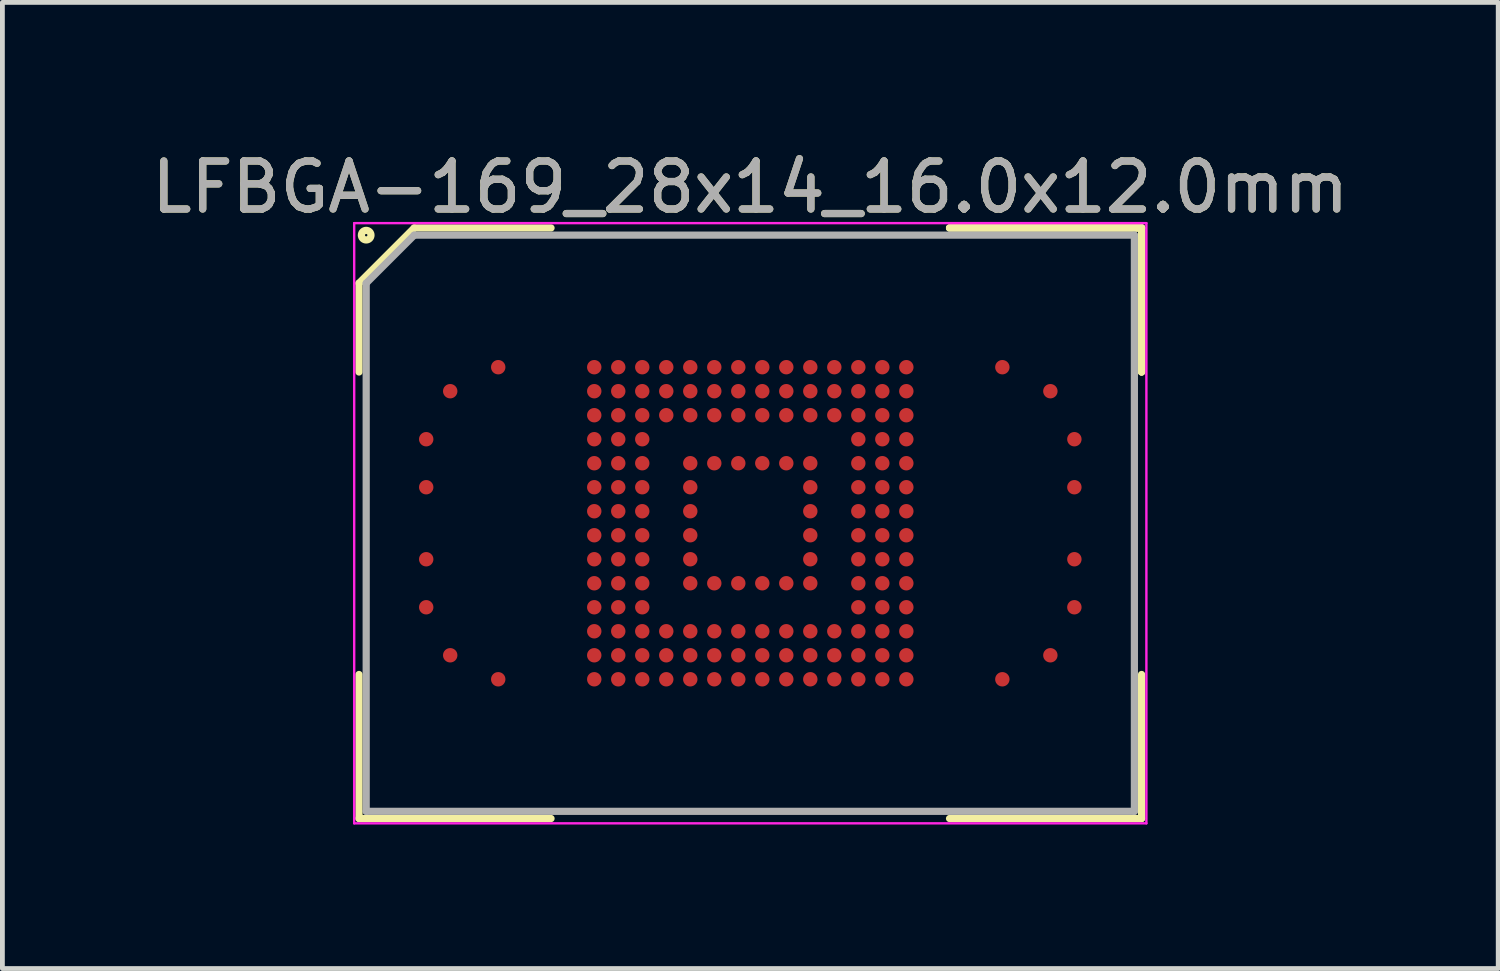
<source format=kicad_pcb>
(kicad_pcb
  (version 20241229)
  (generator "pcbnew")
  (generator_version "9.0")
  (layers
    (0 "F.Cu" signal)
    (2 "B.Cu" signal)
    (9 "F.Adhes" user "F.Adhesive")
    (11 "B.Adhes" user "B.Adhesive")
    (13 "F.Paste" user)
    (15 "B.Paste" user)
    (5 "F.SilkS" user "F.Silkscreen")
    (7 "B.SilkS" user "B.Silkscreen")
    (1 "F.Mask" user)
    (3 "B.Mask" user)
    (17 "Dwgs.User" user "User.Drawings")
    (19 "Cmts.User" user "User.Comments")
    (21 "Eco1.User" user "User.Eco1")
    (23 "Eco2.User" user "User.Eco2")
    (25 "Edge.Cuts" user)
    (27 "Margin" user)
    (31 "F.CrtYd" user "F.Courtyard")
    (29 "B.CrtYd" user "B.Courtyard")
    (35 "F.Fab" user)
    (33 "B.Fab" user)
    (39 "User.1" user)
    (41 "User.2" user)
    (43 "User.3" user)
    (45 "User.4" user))
  (footprint "LFBGA-169_28x14_16.0x12.0mm"
    (layer "F.Cu")
    (at 12.577 7.848)
    (property "Reference" "LFBGA-169_28x14_16.0x12.0mm" (at 0 -7 0) (layer "F.SilkS") (effects (font (size 1 1) (thickness 0.15))))
    (attr smd)
    (fp_line (start -8.15 -5) (end -8.15 -3.15) (stroke (width 0.15) (type solid)) (layer "F.SilkS"))
    (fp_line (start -8.15 6.15) (end -8.15 3.15) (stroke (width 0.15) (type solid)) (layer "F.SilkS"))
    (fp_line (start -7 -6.15) (end -8.15 -5) (stroke (width 0.15) (type solid)) (layer "F.SilkS"))
    (fp_line (start -4.15 -6.15) (end -7 -6.15) (stroke (width 0.15) (type solid)) (layer "F.SilkS"))
    (fp_line (start -4.15 6.15) (end -8.15 6.15) (stroke (width 0.15) (type solid)) (layer "F.SilkS"))
    (fp_line (start 4.15 -6.15) (end 8.15 -6.15) (stroke (width 0.15) (type solid)) (layer "F.SilkS"))
    (fp_line (start 4.15 -6.15) (end 8.15 -6.15) (stroke (width 0.15) (type solid)) (layer "F.SilkS"))
    (fp_line (start 4.15 -6.15) (end 8.15 -6.15) (stroke (width 0.15) (type solid)) (layer "F.SilkS"))
    (fp_line (start 4.15 6.15) (end 8.15 6.15) (stroke (width 0.15) (type solid)) (layer "F.SilkS"))
    (fp_line (start 8.15 -6.15) (end 8.15 -3.15) (stroke (width 0.15) (type solid)) (layer "F.SilkS"))
    (fp_line (start 8.15 -6.15) (end 8.15 -3.15) (stroke (width 0.15) (type solid)) (layer "F.SilkS"))
    (fp_line (start 8.15 -6.15) (end 8.15 -3.15) (stroke (width 0.15) (type solid)) (layer "F.SilkS"))
    (fp_line (start 8.15 6.15) (end 8.15 3.15) (stroke (width 0.15) (type solid)) (layer "F.SilkS"))
    (fp_circle (center -8 -6) (end -8 -5.9) (stroke (width 0.15) (type solid)) (fill no) (layer "F.SilkS"))
    (fp_line (start -8.25 -6.25) (end 8.25 -6.25) (stroke (width 0.05) (type solid)) (layer "F.CrtYd"))
    (fp_line (start -8.25 6.25) (end -8.25 -6.25) (stroke (width 0.05) (type solid)) (layer "F.CrtYd"))
    (fp_line (start 8.25 -6.25) (end 8.25 6.25) (stroke (width 0.05) (type solid)) (layer "F.CrtYd"))
    (fp_line (start 8.25 6.25) (end -8.25 6.25) (stroke (width 0.05) (type solid)) (layer "F.CrtYd"))
    (fp_line (start -8 -5) (end -8 6) (stroke (width 0.15) (type solid)) (layer "F.Fab"))
    (fp_line (start -8 6) (end 8 6) (stroke (width 0.15) (type solid)) (layer "F.Fab"))
    (fp_line (start -7 -6) (end -8 -5) (stroke (width 0.15) (type solid)) (layer "F.Fab"))
    (fp_line (start 8 -6) (end -7 -6) (stroke (width 0.15) (type solid)) (layer "F.Fab"))
    (fp_line (start 8 6) (end 8 -6) (stroke (width 0.15) (type solid)) (layer "F.Fab"))
    (fp_text user "${REFERENCE}" (at 0 -7 0) (layer "F.Fab") (effects (font (size 1 1) (thickness 0.15))))
    (pad "A4" smd circle (at -5.25 -3.25) (size 0.3 0.3) (layers "F.Cu" "F.Mask" "F.Paste"))
    (pad "A8" smd circle (at -3.25 -3.25) (size 0.3 0.3) (layers "F.Cu" "F.Mask" "F.Paste"))
    (pad "A9" smd circle (at -2.75 -3.25) (size 0.3 0.3) (layers "F.Cu" "F.Mask" "F.Paste"))
    (pad "A10" smd circle (at -2.25 -3.25) (size 0.3 0.3) (layers "F.Cu" "F.Mask" "F.Paste"))
    (pad "A11" smd circle (at -1.75 -3.25) (size 0.3 0.3) (layers "F.Cu" "F.Mask" "F.Paste"))
    (pad "A12" smd circle (at -1.25 -3.25) (size 0.3 0.3) (layers "F.Cu" "F.Mask" "F.Paste"))
    (pad "A13" smd circle (at -0.75 -3.25) (size 0.3 0.3) (layers "F.Cu" "F.Mask" "F.Paste"))
    (pad "A14" smd circle (at -0.25 -3.25) (size 0.3 0.3) (layers "F.Cu" "F.Mask" "F.Paste"))
    (pad "A15" smd circle (at 0.25 -3.25) (size 0.3 0.3) (layers "F.Cu" "F.Mask" "F.Paste"))
    (pad "A16" smd circle (at 0.75 -3.25) (size 0.3 0.3) (layers "F.Cu" "F.Mask" "F.Paste"))
    (pad "A17" smd circle (at 1.25 -3.25) (size 0.3 0.3) (layers "F.Cu" "F.Mask" "F.Paste"))
    (pad "A18" smd circle (at 1.75 -3.25) (size 0.3 0.3) (layers "F.Cu" "F.Mask" "F.Paste"))
    (pad "A19" smd circle (at 2.25 -3.25) (size 0.3 0.3) (layers "F.Cu" "F.Mask" "F.Paste"))
    (pad "A20" smd circle (at 2.75 -3.25) (size 0.3 0.3) (layers "F.Cu" "F.Mask" "F.Paste"))
    (pad "A21" smd circle (at 3.25 -3.25) (size 0.3 0.3) (layers "F.Cu" "F.Mask" "F.Paste"))
    (pad "A25" smd circle (at 5.25 -3.25) (size 0.3 0.3) (layers "F.Cu" "F.Mask" "F.Paste"))
    (pad "B2" smd circle (at -6.25 -2.75) (size 0.3 0.3) (layers "F.Cu" "F.Mask" "F.Paste"))
    (pad "B8" smd circle (at -3.25 -2.75) (size 0.3 0.3) (layers "F.Cu" "F.Mask" "F.Paste"))
    (pad "B9" smd circle (at -2.75 -2.75) (size 0.3 0.3) (layers "F.Cu" "F.Mask" "F.Paste"))
    (pad "B10" smd circle (at -2.25 -2.75) (size 0.3 0.3) (layers "F.Cu" "F.Mask" "F.Paste"))
    (pad "B11" smd circle (at -1.75 -2.75) (size 0.3 0.3) (layers "F.Cu" "F.Mask" "F.Paste"))
    (pad "B12" smd circle (at -1.25 -2.75) (size 0.3 0.3) (layers "F.Cu" "F.Mask" "F.Paste"))
    (pad "B13" smd circle (at -0.75 -2.75) (size 0.3 0.3) (layers "F.Cu" "F.Mask" "F.Paste"))
    (pad "B14" smd circle (at -0.25 -2.75) (size 0.3 0.3) (layers "F.Cu" "F.Mask" "F.Paste"))
    (pad "B15" smd circle (at 0.25 -2.75) (size 0.3 0.3) (layers "F.Cu" "F.Mask" "F.Paste"))
    (pad "B16" smd circle (at 0.75 -2.75) (size 0.3 0.3) (layers "F.Cu" "F.Mask" "F.Paste"))
    (pad "B17" smd circle (at 1.25 -2.75) (size 0.3 0.3) (layers "F.Cu" "F.Mask" "F.Paste"))
    (pad "B18" smd circle (at 1.75 -2.75) (size 0.3 0.3) (layers "F.Cu" "F.Mask" "F.Paste"))
    (pad "B19" smd circle (at 2.25 -2.75) (size 0.3 0.3) (layers "F.Cu" "F.Mask" "F.Paste"))
    (pad "B20" smd circle (at 2.75 -2.75) (size 0.3 0.3) (layers "F.Cu" "F.Mask" "F.Paste"))
    (pad "B21" smd circle (at 3.25 -2.75) (size 0.3 0.3) (layers "F.Cu" "F.Mask" "F.Paste"))
    (pad "B27" smd circle (at 6.25 -2.75) (size 0.3 0.3) (layers "F.Cu" "F.Mask" "F.Paste"))
    (pad "C8" smd circle (at -3.25 -2.25) (size 0.3 0.3) (layers "F.Cu" "F.Mask" "F.Paste"))
    (pad "C9" smd circle (at -2.75 -2.25) (size 0.3 0.3) (layers "F.Cu" "F.Mask" "F.Paste"))
    (pad "C10" smd circle (at -2.25 -2.25) (size 0.3 0.3) (layers "F.Cu" "F.Mask" "F.Paste"))
    (pad "C11" smd circle (at -1.75 -2.25) (size 0.3 0.3) (layers "F.Cu" "F.Mask" "F.Paste"))
    (pad "C12" smd circle (at -1.25 -2.25) (size 0.3 0.3) (layers "F.Cu" "F.Mask" "F.Paste"))
    (pad "C13" smd circle (at -0.75 -2.25) (size 0.3 0.3) (layers "F.Cu" "F.Mask" "F.Paste"))
    (pad "C14" smd circle (at -0.25 -2.25) (size 0.3 0.3) (layers "F.Cu" "F.Mask" "F.Paste"))
    (pad "C15" smd circle (at 0.25 -2.25) (size 0.3 0.3) (layers "F.Cu" "F.Mask" "F.Paste"))
    (pad "C16" smd circle (at 0.75 -2.25) (size 0.3 0.3) (layers "F.Cu" "F.Mask" "F.Paste"))
    (pad "C17" smd circle (at 1.25 -2.25) (size 0.3 0.3) (layers "F.Cu" "F.Mask" "F.Paste"))
    (pad "C18" smd circle (at 1.75 -2.25) (size 0.3 0.3) (layers "F.Cu" "F.Mask" "F.Paste"))
    (pad "C19" smd circle (at 2.25 -2.25) (size 0.3 0.3) (layers "F.Cu" "F.Mask" "F.Paste"))
    (pad "C20" smd circle (at 2.75 -2.25) (size 0.3 0.3) (layers "F.Cu" "F.Mask" "F.Paste"))
    (pad "C21" smd circle (at 3.25 -2.25) (size 0.3 0.3) (layers "F.Cu" "F.Mask" "F.Paste"))
    (pad "D1" smd circle (at -6.75 -1.75) (size 0.3 0.3) (layers "F.Cu" "F.Mask" "F.Paste"))
    (pad "D8" smd circle (at -3.25 -1.75) (size 0.3 0.3) (layers "F.Cu" "F.Mask" "F.Paste"))
    (pad "D9" smd circle (at -2.75 -1.75) (size 0.3 0.3) (layers "F.Cu" "F.Mask" "F.Paste"))
    (pad "D10" smd circle (at -2.25 -1.75) (size 0.3 0.3) (layers "F.Cu" "F.Mask" "F.Paste"))
    (pad "D19" smd circle (at 2.25 -1.75) (size 0.3 0.3) (layers "F.Cu" "F.Mask" "F.Paste"))
    (pad "D20" smd circle (at 2.75 -1.75) (size 0.3 0.3) (layers "F.Cu" "F.Mask" "F.Paste"))
    (pad "D21" smd circle (at 3.25 -1.75) (size 0.3 0.3) (layers "F.Cu" "F.Mask" "F.Paste"))
    (pad "D28" smd circle (at 6.75 -1.75) (size 0.3 0.3) (layers "F.Cu" "F.Mask" "F.Paste"))
    (pad "E8" smd circle (at -3.25 -1.25) (size 0.3 0.3) (layers "F.Cu" "F.Mask" "F.Paste"))
    (pad "E9" smd circle (at -2.75 -1.25) (size 0.3 0.3) (layers "F.Cu" "F.Mask" "F.Paste"))
    (pad "E10" smd circle (at -2.25 -1.25) (size 0.3 0.3) (layers "F.Cu" "F.Mask" "F.Paste"))
    (pad "E12" smd circle (at -1.25 -1.25) (size 0.3 0.3) (layers "F.Cu" "F.Mask" "F.Paste"))
    (pad "E13" smd circle (at -0.75 -1.25) (size 0.3 0.3) (layers "F.Cu" "F.Mask" "F.Paste"))
    (pad "E14" smd circle (at -0.25 -1.25) (size 0.3 0.3) (layers "F.Cu" "F.Mask" "F.Paste"))
    (pad "E15" smd circle (at 0.25 -1.25) (size 0.3 0.3) (layers "F.Cu" "F.Mask" "F.Paste"))
    (pad "E16" smd circle (at 0.75 -1.25) (size 0.3 0.3) (layers "F.Cu" "F.Mask" "F.Paste"))
    (pad "E17" smd circle (at 1.25 -1.25) (size 0.3 0.3) (layers "F.Cu" "F.Mask" "F.Paste"))
    (pad "E19" smd circle (at 2.25 -1.25) (size 0.3 0.3) (layers "F.Cu" "F.Mask" "F.Paste"))
    (pad "E20" smd circle (at 2.75 -1.25) (size 0.3 0.3) (layers "F.Cu" "F.Mask" "F.Paste"))
    (pad "E21" smd circle (at 3.25 -1.25) (size 0.3 0.3) (layers "F.Cu" "F.Mask" "F.Paste"))
    (pad "F1" smd circle (at -6.75 -0.75) (size 0.3 0.3) (layers "F.Cu" "F.Mask" "F.Paste"))
    (pad "F8" smd circle (at -3.25 -0.75) (size 0.3 0.3) (layers "F.Cu" "F.Mask" "F.Paste"))
    (pad "F9" smd circle (at -2.75 -0.75) (size 0.3 0.3) (layers "F.Cu" "F.Mask" "F.Paste"))
    (pad "F10" smd circle (at -2.25 -0.75) (size 0.3 0.3) (layers "F.Cu" "F.Mask" "F.Paste"))
    (pad "F12" smd circle (at -1.25 -0.75) (size 0.3 0.3) (layers "F.Cu" "F.Mask" "F.Paste"))
    (pad "F17" smd circle (at 1.25 -0.75) (size 0.3 0.3) (layers "F.Cu" "F.Mask" "F.Paste"))
    (pad "F19" smd circle (at 2.25 -0.75) (size 0.3 0.3) (layers "F.Cu" "F.Mask" "F.Paste"))
    (pad "F20" smd circle (at 2.75 -0.75) (size 0.3 0.3) (layers "F.Cu" "F.Mask" "F.Paste"))
    (pad "F21" smd circle (at 3.25 -0.75) (size 0.3 0.3) (layers "F.Cu" "F.Mask" "F.Paste"))
    (pad "F28" smd circle (at 6.75 -0.75) (size 0.3 0.3) (layers "F.Cu" "F.Mask" "F.Paste"))
    (pad "G8" smd circle (at -3.25 -0.25) (size 0.3 0.3) (layers "F.Cu" "F.Mask" "F.Paste"))
    (pad "G9" smd circle (at -2.75 -0.25) (size 0.3 0.3) (layers "F.Cu" "F.Mask" "F.Paste"))
    (pad "G10" smd circle (at -2.25 -0.25) (size 0.3 0.3) (layers "F.Cu" "F.Mask" "F.Paste"))
    (pad "G12" smd circle (at -1.25 -0.25) (size 0.3 0.3) (layers "F.Cu" "F.Mask" "F.Paste"))
    (pad "G17" smd circle (at 1.25 -0.25) (size 0.3 0.3) (layers "F.Cu" "F.Mask" "F.Paste"))
    (pad "G19" smd circle (at 2.25 -0.25) (size 0.3 0.3) (layers "F.Cu" "F.Mask" "F.Paste"))
    (pad "G20" smd circle (at 2.75 -0.25) (size 0.3 0.3) (layers "F.Cu" "F.Mask" "F.Paste"))
    (pad "G21" smd circle (at 3.25 -0.25) (size 0.3 0.3) (layers "F.Cu" "F.Mask" "F.Paste"))
    (pad "H8" smd circle (at -3.25 0.25) (size 0.3 0.3) (layers "F.Cu" "F.Mask" "F.Paste"))
    (pad "H9" smd circle (at -2.75 0.25) (size 0.3 0.3) (layers "F.Cu" "F.Mask" "F.Paste"))
    (pad "H10" smd circle (at -2.25 0.25) (size 0.3 0.3) (layers "F.Cu" "F.Mask" "F.Paste"))
    (pad "H12" smd circle (at -1.25 0.25) (size 0.3 0.3) (layers "F.Cu" "F.Mask" "F.Paste"))
    (pad "H17" smd circle (at 1.25 0.25) (size 0.3 0.3) (layers "F.Cu" "F.Mask" "F.Paste"))
    (pad "H19" smd circle (at 2.25 0.25) (size 0.3 0.3) (layers "F.Cu" "F.Mask" "F.Paste"))
    (pad "H20" smd circle (at 2.75 0.25) (size 0.3 0.3) (layers "F.Cu" "F.Mask" "F.Paste"))
    (pad "H21" smd circle (at 3.25 0.25) (size 0.3 0.3) (layers "F.Cu" "F.Mask" "F.Paste"))
    (pad "J1" smd circle (at -6.75 0.75) (size 0.3 0.3) (layers "F.Cu" "F.Mask" "F.Paste"))
    (pad "J8" smd circle (at -3.25 0.75) (size 0.3 0.3) (layers "F.Cu" "F.Mask" "F.Paste"))
    (pad "J9" smd circle (at -2.75 0.75) (size 0.3 0.3) (layers "F.Cu" "F.Mask" "F.Paste"))
    (pad "J10" smd circle (at -2.25 0.75) (size 0.3 0.3) (layers "F.Cu" "F.Mask" "F.Paste"))
    (pad "J12" smd circle (at -1.25 0.75) (size 0.3 0.3) (layers "F.Cu" "F.Mask" "F.Paste"))
    (pad "J17" smd circle (at 1.25 0.75) (size 0.3 0.3) (layers "F.Cu" "F.Mask" "F.Paste"))
    (pad "J19" smd circle (at 2.25 0.75) (size 0.3 0.3) (layers "F.Cu" "F.Mask" "F.Paste"))
    (pad "J20" smd circle (at 2.75 0.75) (size 0.3 0.3) (layers "F.Cu" "F.Mask" "F.Paste"))
    (pad "J21" smd circle (at 3.25 0.75) (size 0.3 0.3) (layers "F.Cu" "F.Mask" "F.Paste"))
    (pad "J28" smd circle (at 6.75 0.75) (size 0.3 0.3) (layers "F.Cu" "F.Mask" "F.Paste"))
    (pad "K8" smd circle (at -3.25 1.25) (size 0.3 0.3) (layers "F.Cu" "F.Mask" "F.Paste"))
    (pad "K9" smd circle (at -2.75 1.25) (size 0.3 0.3) (layers "F.Cu" "F.Mask" "F.Paste"))
    (pad "K10" smd circle (at -2.25 1.25) (size 0.3 0.3) (layers "F.Cu" "F.Mask" "F.Paste"))
    (pad "K12" smd circle (at -1.25 1.25) (size 0.3 0.3) (layers "F.Cu" "F.Mask" "F.Paste"))
    (pad "K13" smd circle (at -0.75 1.25) (size 0.3 0.3) (layers "F.Cu" "F.Mask" "F.Paste"))
    (pad "K14" smd circle (at -0.25 1.25) (size 0.3 0.3) (layers "F.Cu" "F.Mask" "F.Paste"))
    (pad "K15" smd circle (at 0.25 1.25) (size 0.3 0.3) (layers "F.Cu" "F.Mask" "F.Paste"))
    (pad "K16" smd circle (at 0.75 1.25) (size 0.3 0.3) (layers "F.Cu" "F.Mask" "F.Paste"))
    (pad "K17" smd circle (at 1.25 1.25) (size 0.3 0.3) (layers "F.Cu" "F.Mask" "F.Paste"))
    (pad "K19" smd circle (at 2.25 1.25) (size 0.3 0.3) (layers "F.Cu" "F.Mask" "F.Paste"))
    (pad "K20" smd circle (at 2.75 1.25) (size 0.3 0.3) (layers "F.Cu" "F.Mask" "F.Paste"))
    (pad "K21" smd circle (at 3.25 1.25) (size 0.3 0.3) (layers "F.Cu" "F.Mask" "F.Paste"))
    (pad "L1" smd circle (at -6.75 1.75) (size 0.3 0.3) (layers "F.Cu" "F.Mask" "F.Paste"))
    (pad "L8" smd circle (at -3.25 1.75) (size 0.3 0.3) (layers "F.Cu" "F.Mask" "F.Paste"))
    (pad "L9" smd circle (at -2.75 1.75) (size 0.3 0.3) (layers "F.Cu" "F.Mask" "F.Paste"))
    (pad "L10" smd circle (at -2.25 1.75) (size 0.3 0.3) (layers "F.Cu" "F.Mask" "F.Paste"))
    (pad "L19" smd circle (at 2.25 1.75) (size 0.3 0.3) (layers "F.Cu" "F.Mask" "F.Paste"))
    (pad "L20" smd circle (at 2.75 1.75) (size 0.3 0.3) (layers "F.Cu" "F.Mask" "F.Paste"))
    (pad "L21" smd circle (at 3.25 1.75) (size 0.3 0.3) (layers "F.Cu" "F.Mask" "F.Paste"))
    (pad "L28" smd circle (at 6.75 1.75) (size 0.3 0.3) (layers "F.Cu" "F.Mask" "F.Paste"))
    (pad "M8" smd circle (at -3.25 2.25) (size 0.3 0.3) (layers "F.Cu" "F.Mask" "F.Paste"))
    (pad "M9" smd circle (at -2.75 2.25) (size 0.3 0.3) (layers "F.Cu" "F.Mask" "F.Paste"))
    (pad "M10" smd circle (at -2.25 2.25) (size 0.3 0.3) (layers "F.Cu" "F.Mask" "F.Paste"))
    (pad "M11" smd circle (at -1.75 2.25) (size 0.3 0.3) (layers "F.Cu" "F.Mask" "F.Paste"))
    (pad "M12" smd circle (at -1.25 2.25) (size 0.3 0.3) (layers "F.Cu" "F.Mask" "F.Paste"))
    (pad "M13" smd circle (at -0.75 2.25) (size 0.3 0.3) (layers "F.Cu" "F.Mask" "F.Paste"))
    (pad "M14" smd circle (at -0.25 2.25) (size 0.3 0.3) (layers "F.Cu" "F.Mask" "F.Paste"))
    (pad "M15" smd circle (at 0.25 2.25) (size 0.3 0.3) (layers "F.Cu" "F.Mask" "F.Paste"))
    (pad "M16" smd circle (at 0.75 2.25) (size 0.3 0.3) (layers "F.Cu" "F.Mask" "F.Paste"))
    (pad "M17" smd circle (at 1.25 2.25) (size 0.3 0.3) (layers "F.Cu" "F.Mask" "F.Paste"))
    (pad "M18" smd circle (at 1.75 2.25) (size 0.3 0.3) (layers "F.Cu" "F.Mask" "F.Paste"))
    (pad "M19" smd circle (at 2.25 2.25) (size 0.3 0.3) (layers "F.Cu" "F.Mask" "F.Paste"))
    (pad "M20" smd circle (at 2.75 2.25) (size 0.3 0.3) (layers "F.Cu" "F.Mask" "F.Paste"))
    (pad "M21" smd circle (at 3.25 2.25) (size 0.3 0.3) (layers "F.Cu" "F.Mask" "F.Paste"))
    (pad "N2" smd circle (at -6.25 2.75) (size 0.3 0.3) (layers "F.Cu" "F.Mask" "F.Paste"))
    (pad "N8" smd circle (at -3.25 2.75) (size 0.3 0.3) (layers "F.Cu" "F.Mask" "F.Paste"))
    (pad "N9" smd circle (at -2.75 2.75) (size 0.3 0.3) (layers "F.Cu" "F.Mask" "F.Paste"))
    (pad "N10" smd circle (at -2.25 2.75) (size 0.3 0.3) (layers "F.Cu" "F.Mask" "F.Paste"))
    (pad "N11" smd circle (at -1.75 2.75) (size 0.3 0.3) (layers "F.Cu" "F.Mask" "F.Paste"))
    (pad "N12" smd circle (at -1.25 2.75) (size 0.3 0.3) (layers "F.Cu" "F.Mask" "F.Paste"))
    (pad "N13" smd circle (at -0.75 2.75) (size 0.3 0.3) (layers "F.Cu" "F.Mask" "F.Paste"))
    (pad "N14" smd circle (at -0.25 2.75) (size 0.3 0.3) (layers "F.Cu" "F.Mask" "F.Paste"))
    (pad "N15" smd circle (at 0.25 2.75) (size 0.3 0.3) (layers "F.Cu" "F.Mask" "F.Paste"))
    (pad "N16" smd circle (at 0.75 2.75) (size 0.3 0.3) (layers "F.Cu" "F.Mask" "F.Paste"))
    (pad "N17" smd circle (at 1.25 2.75) (size 0.3 0.3) (layers "F.Cu" "F.Mask" "F.Paste"))
    (pad "N18" smd circle (at 1.75 2.75) (size 0.3 0.3) (layers "F.Cu" "F.Mask" "F.Paste"))
    (pad "N19" smd circle (at 2.25 2.75) (size 0.3 0.3) (layers "F.Cu" "F.Mask" "F.Paste"))
    (pad "N20" smd circle (at 2.75 2.75) (size 0.3 0.3) (layers "F.Cu" "F.Mask" "F.Paste"))
    (pad "N21" smd circle (at 3.25 2.75) (size 0.3 0.3) (layers "F.Cu" "F.Mask" "F.Paste"))
    (pad "N27" smd circle (at 6.25 2.75) (size 0.3 0.3) (layers "F.Cu" "F.Mask" "F.Paste"))
    (pad "P4" smd circle (at -5.25 3.25) (size 0.3 0.3) (layers "F.Cu" "F.Mask" "F.Paste"))
    (pad "P8" smd circle (at -3.25 3.25) (size 0.3 0.3) (layers "F.Cu" "F.Mask" "F.Paste"))
    (pad "P9" smd circle (at -2.75 3.25) (size 0.3 0.3) (layers "F.Cu" "F.Mask" "F.Paste"))
    (pad "P10" smd circle (at -2.25 3.25) (size 0.3 0.3) (layers "F.Cu" "F.Mask" "F.Paste"))
    (pad "P11" smd circle (at -1.75 3.25) (size 0.3 0.3) (layers "F.Cu" "F.Mask" "F.Paste"))
    (pad "P12" smd circle (at -1.25 3.25) (size 0.3 0.3) (layers "F.Cu" "F.Mask" "F.Paste"))
    (pad "P13" smd circle (at -0.75 3.25) (size 0.3 0.3) (layers "F.Cu" "F.Mask" "F.Paste"))
    (pad "P14" smd circle (at -0.25 3.25) (size 0.3 0.3) (layers "F.Cu" "F.Mask" "F.Paste"))
    (pad "P15" smd circle (at 0.25 3.25) (size 0.3 0.3) (layers "F.Cu" "F.Mask" "F.Paste"))
    (pad "P16" smd circle (at 0.75 3.25) (size 0.3 0.3) (layers "F.Cu" "F.Mask" "F.Paste"))
    (pad "P17" smd circle (at 1.25 3.25) (size 0.3 0.3) (layers "F.Cu" "F.Mask" "F.Paste"))
    (pad "P18" smd circle (at 1.75 3.25) (size 0.3 0.3) (layers "F.Cu" "F.Mask" "F.Paste"))
    (pad "P19" smd circle (at 2.25 3.25) (size 0.3 0.3) (layers "F.Cu" "F.Mask" "F.Paste"))
    (pad "P20" smd circle (at 2.75 3.25) (size 0.3 0.3) (layers "F.Cu" "F.Mask" "F.Paste"))
    (pad "P21" smd circle (at 3.25 3.25) (size 0.3 0.3) (layers "F.Cu" "F.Mask" "F.Paste"))
    (pad "P25" smd circle (at 5.25 3.25) (size 0.3 0.3) (layers "F.Cu" "F.Mask" "F.Paste")))
  (gr_rect
    (start -3 -3)
    (end 28.155 17.123)
    (stroke (width 0.1) (type default))
    (fill no)
    (layer "Edge.Cuts")))
</source>
